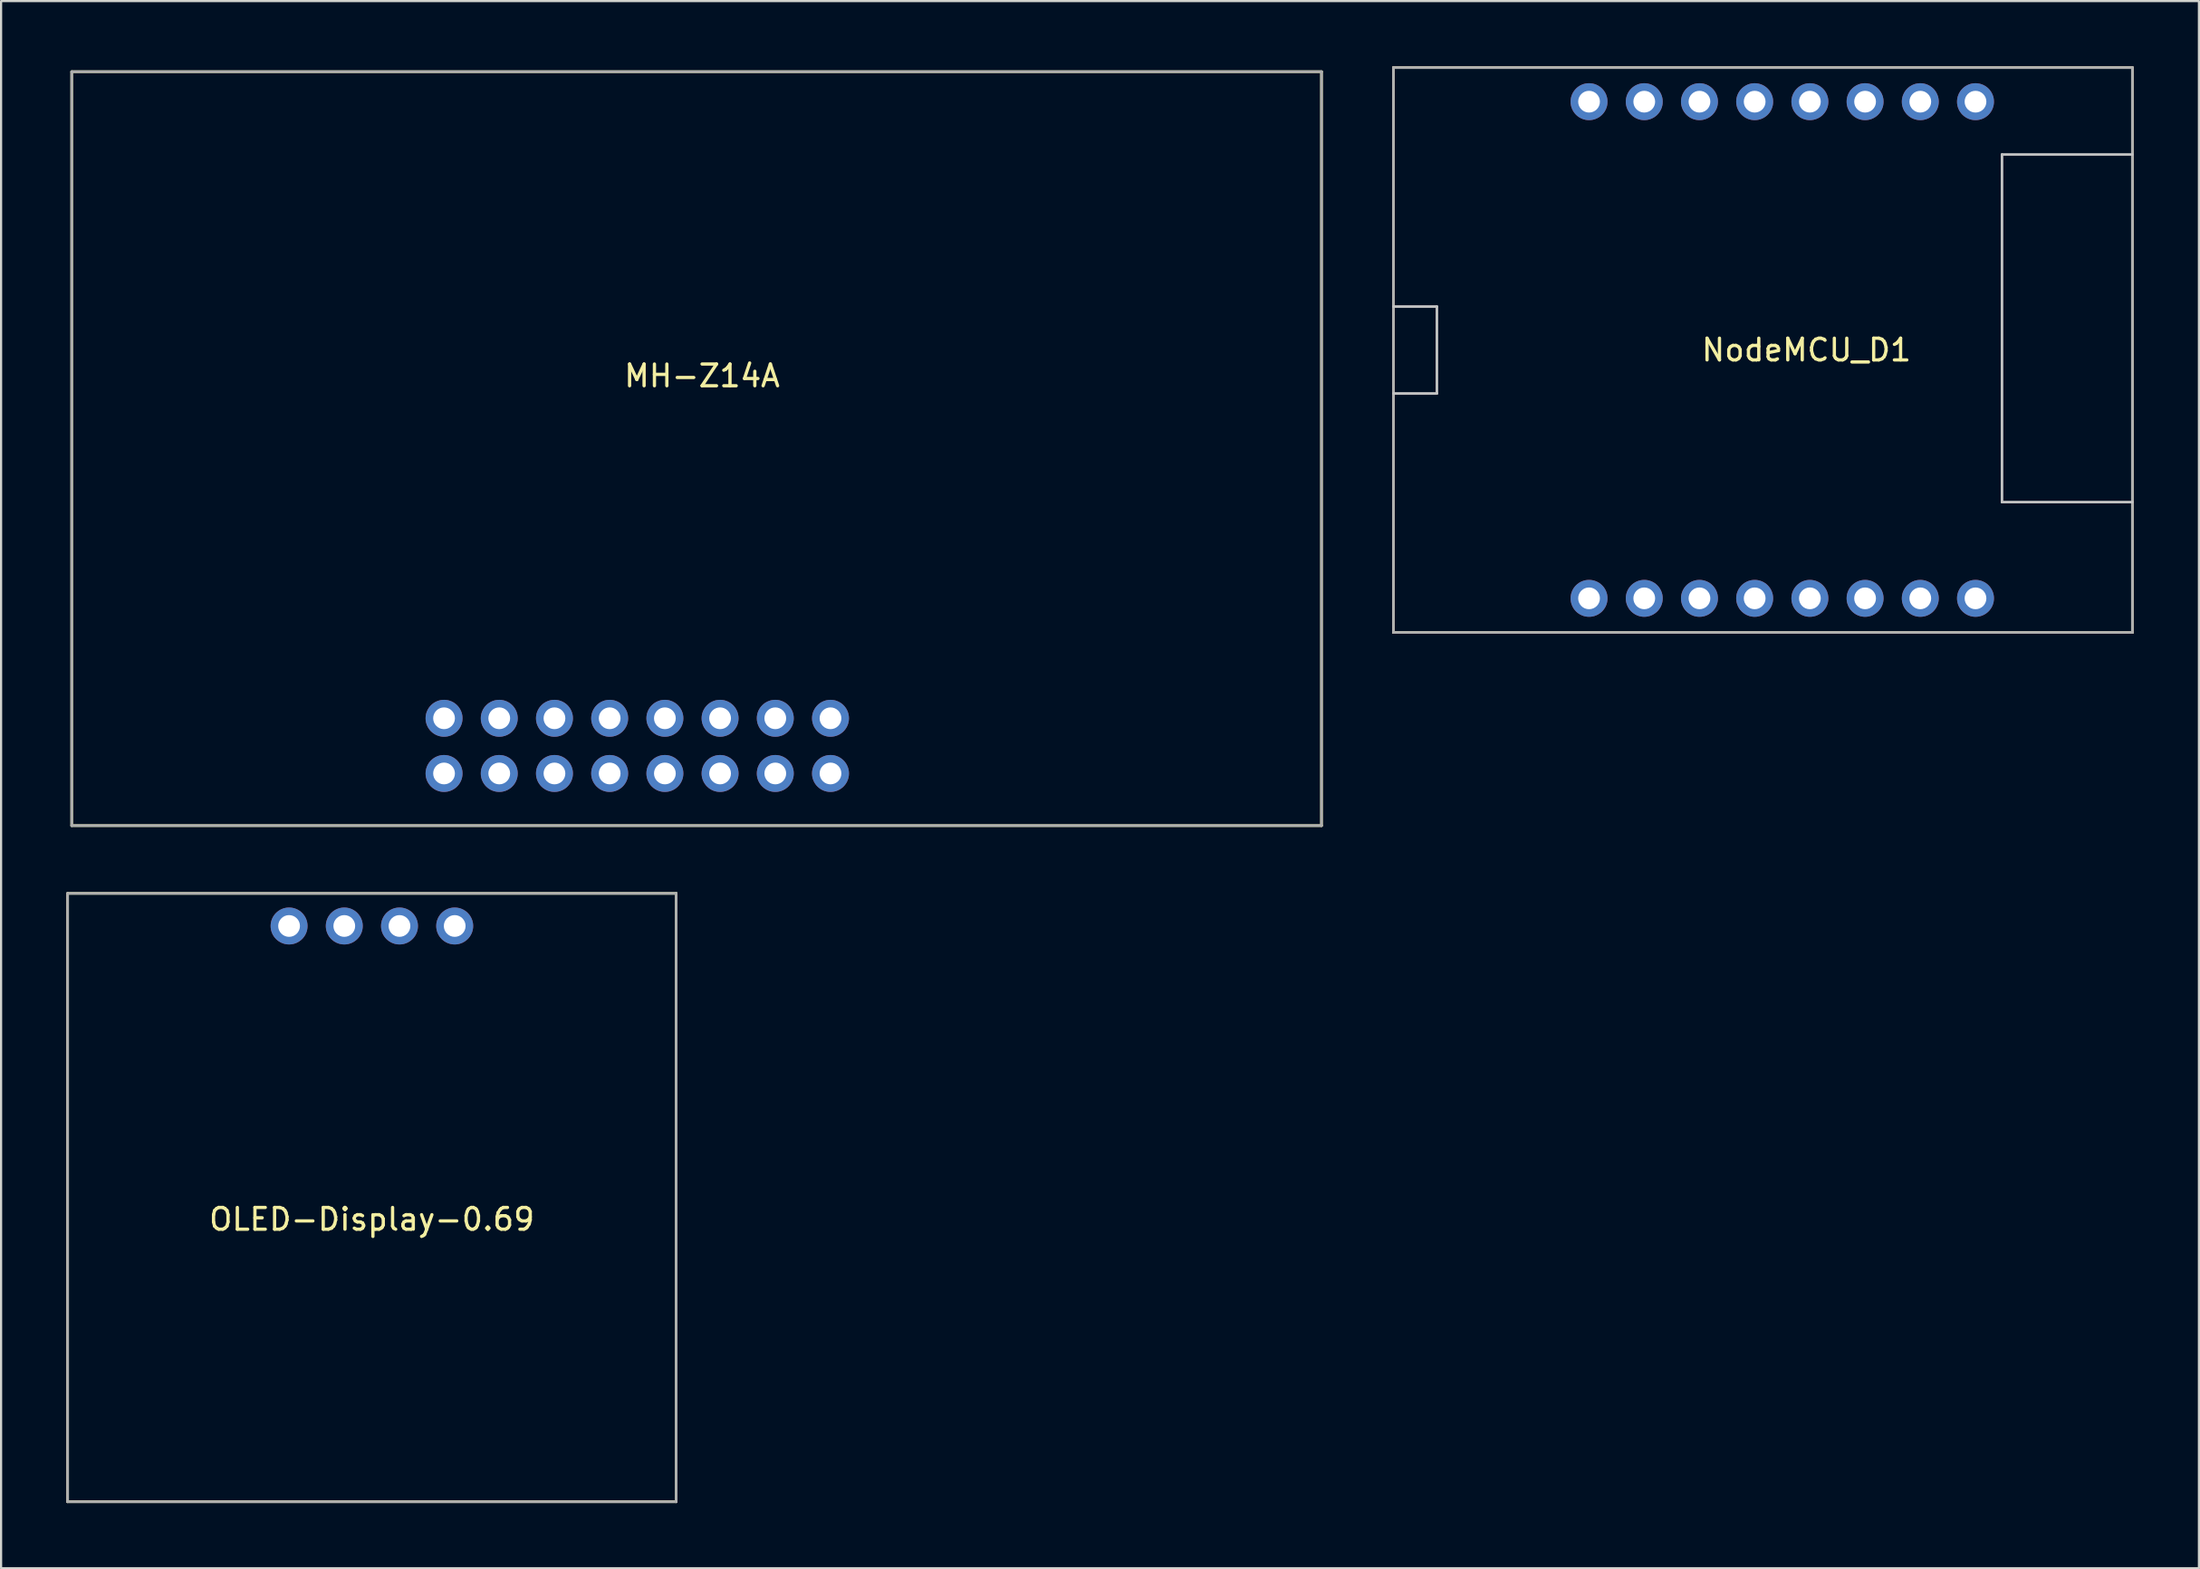
<source format=kicad_pcb>
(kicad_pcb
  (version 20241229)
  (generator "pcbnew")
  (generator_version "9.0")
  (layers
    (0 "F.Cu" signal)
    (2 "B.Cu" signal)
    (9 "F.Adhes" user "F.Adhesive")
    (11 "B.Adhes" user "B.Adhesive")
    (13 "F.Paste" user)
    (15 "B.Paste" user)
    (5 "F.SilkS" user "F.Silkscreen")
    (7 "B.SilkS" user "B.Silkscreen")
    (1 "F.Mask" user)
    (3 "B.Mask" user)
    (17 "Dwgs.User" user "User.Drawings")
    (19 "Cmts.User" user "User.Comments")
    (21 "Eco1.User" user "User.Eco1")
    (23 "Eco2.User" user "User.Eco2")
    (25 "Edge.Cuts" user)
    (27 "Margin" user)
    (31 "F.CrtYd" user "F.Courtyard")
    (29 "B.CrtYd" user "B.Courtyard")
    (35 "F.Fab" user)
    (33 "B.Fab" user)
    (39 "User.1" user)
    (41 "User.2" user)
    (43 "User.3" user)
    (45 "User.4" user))
  (footprint "OLED-Display-0.69"
    (layer "F.Cu")
    (at 14.06 52.07)
    (property "Reference" "OLED-Display-0.69" (at 0 1 0) (layer "F.SilkS") (effects (font (size 1 1) (thickness 0.15))))
    (attr through_hole)
    (fp_line (start -14 -14) (end 14 -14) (stroke (width 0.12) (type solid)) (layer "F.SilkS"))
    (fp_line (start -14 14) (end -14 -14) (stroke (width 0.12) (type solid)) (layer "F.SilkS"))
    (fp_line (start 14 -14) (end 14 14) (stroke (width 0.12) (type solid)) (layer "F.SilkS"))
    (fp_line (start 14 14) (end -14 14) (stroke (width 0.12) (type solid)) (layer "F.SilkS"))
    (fp_line (start -14 -14) (end 14 -14) (stroke (width 0.12) (type solid)) (layer "F.Fab"))
    (fp_line (start -14 14) (end -14 -14) (stroke (width 0.12) (type solid)) (layer "F.Fab"))
    (fp_line (start 14 -14) (end 14 14) (stroke (width 0.12) (type solid)) (layer "F.Fab"))
    (fp_line (start 14 14) (end -14 14) (stroke (width 0.12) (type solid)) (layer "F.Fab"))
    (pad "1" thru_hole circle (at -3.81 -12.5) (size 1.7 1.7) (drill 1) (layers "*.Cu" "*.Mask"))
    (pad "2" thru_hole circle (at -1.27 -12.5) (size 1.7 1.7) (drill 1) (layers "*.Cu" "*.Mask"))
    (pad "3" thru_hole circle (at 1.27 -12.5) (size 1.7 1.7) (drill 1) (layers "*.Cu" "*.Mask"))
    (pad "4" thru_hole circle (at 3.81 -12.5) (size 1.7 1.7) (drill 1) (layers "*.Cu" "*.Mask")))
  (footprint "NodeMCU_D1"
    (layer "F.Cu")
    (at 61.06 13.06)
    (property "Reference" "NodeMCU_D1" (at 19 0 0) (layer "F.SilkS") (effects (font (size 1 1) (thickness 0.15))))
    (attr through_hole)
    (fp_line (start 0 -13) (end 34 -13) (stroke (width 0.12) (type solid)) (layer "F.SilkS"))
    (fp_line (start 0 13) (end 0 -13) (stroke (width 0.12) (type solid)) (layer "F.SilkS"))
    (fp_line (start 34 -13) (end 34 13) (stroke (width 0.12) (type solid)) (layer "F.SilkS"))
    (fp_line (start 34 13) (end 0 13) (stroke (width 0.12) (type solid)) (layer "F.SilkS"))
    (fp_line (start 0 -2) (end 2 -2) (stroke (width 0.12) (type solid)) (layer "Dwgs.User"))
    (fp_line (start 2 -2) (end 2 2) (stroke (width 0.12) (type solid)) (layer "Dwgs.User"))
    (fp_line (start 2 2) (end 0 2) (stroke (width 0.12) (type solid)) (layer "Dwgs.User"))
    (fp_line (start 28 -9) (end 28 7) (stroke (width 0.12) (type solid)) (layer "Dwgs.User"))
    (fp_line (start 28 7) (end 34 7) (stroke (width 0.12) (type solid)) (layer "Dwgs.User"))
    (fp_line (start 34 -9) (end 28 -9) (stroke (width 0.12) (type solid)) (layer "Dwgs.User"))
    (fp_line (start 0 -13) (end 0 13) (stroke (width 0.12) (type solid)) (layer "F.Fab"))
    (fp_line (start 0 -13) (end 34 -13) (stroke (width 0.12) (type solid)) (layer "F.Fab"))
    (fp_line (start 0 13) (end 34 13) (stroke (width 0.12) (type solid)) (layer "F.Fab"))
    (fp_line (start 34 -13) (end 34 13) (stroke (width 0.12) (type solid)) (layer "F.Fab"))
    (pad "1" thru_hole circle (at 9 11.43) (size 1.7 1.7) (drill 1) (layers "*.Cu" "*.Mask"))
    (pad "2" thru_hole circle (at 11.54 11.43) (size 1.7 1.7) (drill 1) (layers "*.Cu" "*.Mask"))
    (pad "3" thru_hole circle (at 14.08 11.43) (size 1.7 1.7) (drill 1) (layers "*.Cu" "*.Mask"))
    (pad "4" thru_hole circle (at 16.62 11.43) (size 1.7 1.7) (drill 1) (layers "*.Cu" "*.Mask"))
    (pad "5" thru_hole circle (at 19.16 11.43) (size 1.7 1.7) (drill 1) (layers "*.Cu" "*.Mask"))
    (pad "6" thru_hole circle (at 21.7 11.43) (size 1.7 1.7) (drill 1) (layers "*.Cu" "*.Mask"))
    (pad "7" thru_hole circle (at 24.24 11.43) (size 1.7 1.7) (drill 1) (layers "*.Cu" "*.Mask"))
    (pad "8" thru_hole circle (at 26.78 11.43) (size 1.7 1.7) (drill 1) (layers "*.Cu" "*.Mask"))
    (pad "9" thru_hole circle (at 26.78 -11.43) (size 1.7 1.7) (drill 1) (layers "*.Cu" "*.Mask"))
    (pad "10" thru_hole circle (at 24.24 -11.43) (size 1.7 1.7) (drill 1) (layers "*.Cu" "*.Mask"))
    (pad "11" thru_hole circle (at 21.7 -11.43) (size 1.7 1.7) (drill 1) (layers "*.Cu" "*.Mask"))
    (pad "12" thru_hole circle (at 19.16 -11.43) (size 1.7 1.7) (drill 1) (layers "*.Cu" "*.Mask"))
    (pad "13" thru_hole circle (at 16.62 -11.43) (size 1.7 1.7) (drill 1) (layers "*.Cu" "*.Mask"))
    (pad "14" thru_hole circle (at 14.08 -11.43) (size 1.7 1.7) (drill 1) (layers "*.Cu" "*.Mask"))
    (pad "15" thru_hole circle (at 11.54 -11.43) (size 1.7 1.7) (drill 1) (layers "*.Cu" "*.Mask"))
    (pad "16" thru_hole circle (at 9 -11.43) (size 1.7 1.7) (drill 1) (layers "*.Cu" "*.Mask")))
  (footprint "MH-Z14A"
    (layer "F.Cu")
    (at 0.25 0.25)
    (property "Reference" "MH-Z14A" (at 29 14 0) (layer "F.SilkS") (effects (font (size 1 1) (thickness 0.15))))
    (attr through_hole)
    (fp_line (start 0 0) (end 0 34.7) (stroke (width 0.12) (type solid)) (layer "F.SilkS"))
    (fp_line (start 0 0) (end 57.5 0) (stroke (width 0.12) (type solid)) (layer "F.SilkS"))
    (fp_line (start 0 34.7) (end 57.5 34.7) (stroke (width 0.12) (type solid)) (layer "F.SilkS"))
    (fp_line (start 57.5 34.7) (end 57.5 0) (stroke (width 0.12) (type solid)) (layer "F.SilkS"))
    (fp_line (start 0 0) (end 0 34.7) (stroke (width 0.12) (type solid)) (layer "F.Fab"))
    (fp_line (start 0 0) (end 57.5 0) (stroke (width 0.12) (type solid)) (layer "F.Fab"))
    (fp_line (start 0 34.7) (end 57.5 34.7) (stroke (width 0.12) (type solid)) (layer "F.Fab"))
    (fp_line (start 57.5 0) (end 57.5 34.7) (stroke (width 0.12) (type solid)) (layer "F.Fab"))
    (pad "1" thru_hole circle (at 22.21 32.3) (size 1.7 1.7) (drill 1) (layers "*.Cu" "*.Mask"))
    (pad "2" thru_hole circle (at 22.21 29.76) (size 1.7 1.7) (drill 1) (layers "*.Cu" "*.Mask"))
    (pad "3" thru_hole circle (at 24.75 32.3) (size 1.7 1.7) (drill 1) (layers "*.Cu" "*.Mask"))
    (pad "4" thru_hole circle (at 24.75 29.76) (size 1.7 1.7) (drill 1) (layers "*.Cu" "*.Mask"))
    (pad "5" thru_hole circle (at 27.29 32.3) (size 1.7 1.7) (drill 1) (layers "*.Cu" "*.Mask"))
    (pad "6" thru_hole circle (at 27.29 29.76) (size 1.7 1.7) (drill 1) (layers "*.Cu" "*.Mask"))
    (pad "7" thru_hole circle (at 29.83 32.3) (size 1.7 1.7) (drill 1) (layers "*.Cu" "*.Mask"))
    (pad "8" thru_hole circle (at 29.83 29.76) (size 1.7 1.7) (drill 1) (layers "*.Cu" "*.Mask"))
    (pad "9" thru_hole circle (at 32.37 32.3) (size 1.7 1.7) (drill 1) (layers "*.Cu" "*.Mask"))
    (pad "10" thru_hole circle (at 32.37 29.76) (size 1.7 1.7) (drill 1) (layers "*.Cu" "*.Mask"))
    (pad "11" thru_hole circle (at 34.91 32.3) (size 1.7 1.7) (drill 1) (layers "*.Cu" "*.Mask"))
    (pad "12" thru_hole circle (at 34.91 29.76) (size 1.7 1.7) (drill 1) (layers "*.Cu" "*.Mask"))
    (pad "14" thru_hole circle (at 17.13 29.76) (size 1.7 1.7) (drill 1) (layers "*.Cu" "*.Mask"))
    (pad "15" thru_hole circle (at 19.67 29.76) (size 1.7 1.7) (drill 1) (layers "*.Cu" "*.Mask"))
    (pad "16" thru_hole circle (at 19.67 32.3) (size 1.7 1.7) (drill 1) (layers "*.Cu" "*.Mask"))
    (pad "17" thru_hole circle (at 17.13 32.3) (size 1.7 1.7) (drill 1) (layers "*.Cu" "*.Mask")))
  (gr_rect
    (start -3 -3)
    (end 98.12 69.13)
    (stroke (width 0.1) (type default))
    (fill no)
    (layer "Edge.Cuts")))
</source>
